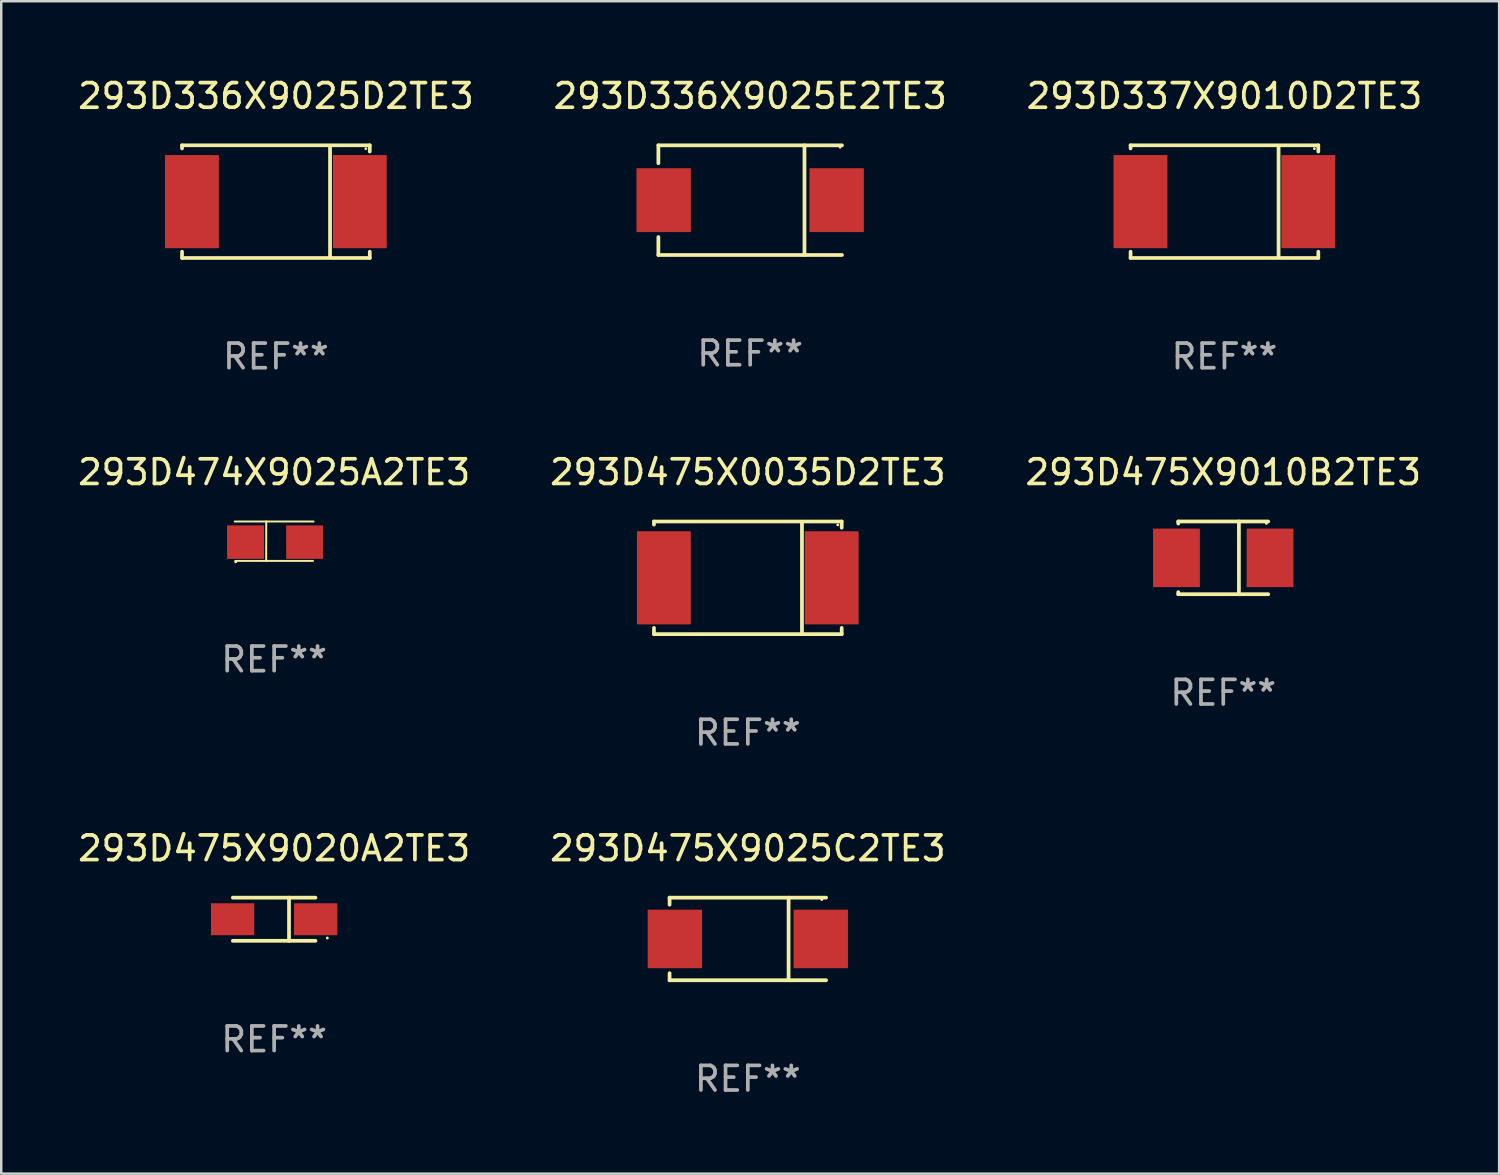
<source format=kicad_pcb>
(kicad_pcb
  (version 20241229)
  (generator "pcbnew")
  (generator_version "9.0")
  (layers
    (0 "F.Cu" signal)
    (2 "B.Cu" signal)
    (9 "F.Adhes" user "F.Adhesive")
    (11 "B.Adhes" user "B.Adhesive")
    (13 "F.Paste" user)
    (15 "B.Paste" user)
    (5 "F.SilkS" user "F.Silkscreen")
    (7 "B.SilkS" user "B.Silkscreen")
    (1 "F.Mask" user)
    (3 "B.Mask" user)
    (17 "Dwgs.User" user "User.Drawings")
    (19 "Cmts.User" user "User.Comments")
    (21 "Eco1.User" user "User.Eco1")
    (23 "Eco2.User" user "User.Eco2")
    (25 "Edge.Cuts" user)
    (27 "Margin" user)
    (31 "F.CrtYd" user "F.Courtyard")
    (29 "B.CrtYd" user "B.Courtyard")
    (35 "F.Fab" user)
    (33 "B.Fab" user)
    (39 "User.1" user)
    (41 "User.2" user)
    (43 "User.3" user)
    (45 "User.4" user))
  (footprint "293D475X9025C2TE3"
    (layer "F.Cu")
    (at 27.304 35.061)
    (property "Reference" "293D475X9025C2TE3" (at 0 -3.676 0) (layer "F.SilkS") (effects (font (size 1 1) (thickness 0.15))))
    (attr through_hole)
    (fp_line (start -3.176 -1.676) (end -3.176 -1.391) (stroke (width 0.152) (type solid)) (layer "F.SilkS"))
    (fp_line (start -3.176 -1.676) (end 3.176 -1.676) (stroke (width 0.152) (type solid)) (layer "F.SilkS"))
    (fp_line (start -3.176 1.676) (end -3.176 1.391) (stroke (width 0.152) (type solid)) (layer "F.SilkS"))
    (fp_line (start -3.176 1.676) (end 3.176 1.676) (stroke (width 0.152) (type solid)) (layer "F.SilkS"))
    (fp_line (start 1.654 -1.676) (end 1.654 1.676) (stroke (width 0.152) (type solid)) (layer "F.SilkS"))
    (fp_circle (center 3 -1.6) (end 3.03 -1.6) (stroke (width 0.06) (type solid)) (fill no) (layer "F.SilkS"))
    (fp_text user "REF**" (at 0 5.676 0) (layer "F.Fab") (effects (font (size 1 1) (thickness 0.15))))
    (pad "1" smd rect (at 2.961 0) (size 2.207 2.376) (layers "F.Cu" "F.Mask" "F.Paste"))
    (pad "2" smd rect (at -2.961 0) (size 2.207 2.376) (layers "F.Cu" "F.Mask" "F.Paste")))
  (footprint "293D474X9025A2TE3"
    (layer "F.Cu")
    (at 8.077 18.917)
    (property "Reference" "293D474X9025A2TE3" (at 0 -2.8 0) (layer "F.SilkS") (effects (font (size 1 1) (thickness 0.15))))
    (attr through_hole)
    (fp_line (start -1.6 -0.8) (end 1.6 -0.8) (stroke (width 0.08) (type solid)) (layer "F.SilkS"))
    (fp_line (start -1.575 0.8) (end 1.575 0.8) (stroke (width 0.08) (type solid)) (layer "F.SilkS"))
    (fp_line (start -0.323 0.8) (end -0.32 -0.8) (stroke (width 0.08) (type solid)) (layer "F.SilkS"))
    (fp_circle (center -1.561 0.838) (end -1.531 0.838) (stroke (width 0.06) (type solid)) (fill no) (layer "F.SilkS"))
    (fp_text user "REF**" (at 0 4.8 0) (layer "F.Fab") (effects (font (size 1 1) (thickness 0.15))))
    (pad "1" smd rect (at -1.161 0.038) (size 1.5 1.359) (layers "F.Cu" "F.Mask" "F.Paste"))
    (pad "2" smd rect (at 1.239 0.038) (size 1.5 1.359) (layers "F.Cu" "F.Mask" "F.Paste")))
  (footprint "293D336X9025D2TE3"
    (layer "F.Cu")
    (at 8.149 5.134)
    (property "Reference" "293D336X9025D2TE3" (at 0 -4.286 0) (layer "F.SilkS") (effects (font (size 1 1) (thickness 0.15))))
    (attr through_hole)
    (fp_line (start -3.81 -2.286) (end -3.81 -2.159) (stroke (width 0.15) (type solid)) (layer "F.SilkS"))
    (fp_line (start -3.81 2.032) (end -3.81 2.286) (stroke (width 0.15) (type solid)) (layer "F.SilkS"))
    (fp_line (start -3.81 2.286) (end 3.81 2.286) (stroke (width 0.15) (type solid)) (layer "F.SilkS"))
    (fp_line (start 2.197 -2.226) (end 2.197 2.226) (stroke (width 0.152) (type solid)) (layer "F.SilkS"))
    (fp_line (start 3.81 -2.286) (end -3.81 -2.286) (stroke (width 0.15) (type solid)) (layer "F.SilkS"))
    (fp_line (start 3.81 -2.032) (end 3.81 -2.286) (stroke (width 0.15) (type solid)) (layer "F.SilkS"))
    (fp_line (start 3.81 2.286) (end 3.81 2.032) (stroke (width 0.15) (type solid)) (layer "F.SilkS"))
    (fp_circle (center 3.65 -2.15) (end 3.68 -2.15) (stroke (width 0.06) (type solid)) (fill no) (layer "F.SilkS"))
    (fp_text user "REF**" (at 0 6.286 0) (layer "F.Fab") (effects (font (size 1 1) (thickness 0.15))))
    (pad "1" smd rect (at 3.404 0 180) (size 2.185 3.78) (layers "F.Cu" "F.Mask" "F.Paste"))
    (pad "2" smd rect (at -3.409 0 180) (size 2.185 3.78) (layers "F.Cu" "F.Mask" "F.Paste")))
  (footprint "293D475X0035D2TE3"
    (layer "F.Cu")
    (at 27.304 20.403)
    (property "Reference" "293D475X0035D2TE3" (at 0 -4.286 0) (layer "F.SilkS") (effects (font (size 1 1) (thickness 0.15))))
    (attr through_hole)
    (fp_line (start -3.81 -2.286) (end -3.81 -2.159) (stroke (width 0.15) (type solid)) (layer "F.SilkS"))
    (fp_line (start -3.81 2.032) (end -3.81 2.286) (stroke (width 0.15) (type solid)) (layer "F.SilkS"))
    (fp_line (start -3.81 2.286) (end 3.81 2.286) (stroke (width 0.15) (type solid)) (layer "F.SilkS"))
    (fp_line (start 2.197 -2.226) (end 2.197 2.226) (stroke (width 0.152) (type solid)) (layer "F.SilkS"))
    (fp_line (start 3.81 -2.286) (end -3.81 -2.286) (stroke (width 0.15) (type solid)) (layer "F.SilkS"))
    (fp_line (start 3.81 -2.032) (end 3.81 -2.286) (stroke (width 0.15) (type solid)) (layer "F.SilkS"))
    (fp_line (start 3.81 2.286) (end 3.81 2.032) (stroke (width 0.15) (type solid)) (layer "F.SilkS"))
    (fp_circle (center 3.65 -2.15) (end 3.68 -2.15) (stroke (width 0.06) (type solid)) (fill no) (layer "F.SilkS"))
    (fp_text user "REF**" (at 0 6.286 0) (layer "F.Fab") (effects (font (size 1 1) (thickness 0.15))))
    (pad "1" smd rect (at 3.404 0 180) (size 2.185 3.78) (layers "F.Cu" "F.Mask" "F.Paste"))
    (pad "2" smd rect (at -3.409 0 180) (size 2.185 3.78) (layers "F.Cu" "F.Mask" "F.Paste")))
  (footprint "293D475X9010B2TE3"
    (layer "F.Cu")
    (at 46.601 19.593)
    (property "Reference" "293D475X9010B2TE3" (at 0 -3.476 0) (layer "F.SilkS") (effects (font (size 1 1) (thickness 0.15))))
    (attr through_hole)
    (fp_line (start -1.826 -1.476) (end -1.826 -1.391) (stroke (width 0.152) (type solid)) (layer "F.SilkS"))
    (fp_line (start -1.826 -1.476) (end 1.826 -1.476) (stroke (width 0.152) (type solid)) (layer "F.SilkS"))
    (fp_line (start -1.826 1.476) (end -1.826 1.391) (stroke (width 0.152) (type solid)) (layer "F.SilkS"))
    (fp_line (start -1.826 1.476) (end 1.826 1.476) (stroke (width 0.152) (type solid)) (layer "F.SilkS"))
    (fp_line (start 0.635 -1.476) (end 0.635 1.476) (stroke (width 0.152) (type solid)) (layer "F.SilkS"))
    (fp_circle (center 1.75 -1.4) (end 1.78 -1.4) (stroke (width 0.06) (type solid)) (fill no) (layer "F.SilkS"))
    (fp_text user "REF**" (at 0 5.476 0) (layer "F.Fab") (effects (font (size 1 1) (thickness 0.15))))
    (pad "1" smd rect (at 1.899 0) (size 1.9 2.376) (layers "F.Cu" "F.Mask" "F.Paste"))
    (pad "2" smd rect (at -1.899 0) (size 1.9 2.376) (layers "F.Cu" "F.Mask" "F.Paste")))
  (footprint "293D336X9025E2TE3"
    (layer "F.Cu")
    (at 27.399 5.074)
    (property "Reference" "293D336X9025E2TE3" (at 0 -4.226 0) (layer "F.SilkS") (effects (font (size 1 1) (thickness 0.15))))
    (attr through_hole)
    (fp_line (start -3.726 -2.226) (end -3.726 -1.499) (stroke (width 0.152) (type solid)) (layer "F.SilkS"))
    (fp_line (start -3.726 -2.226) (end 3.726 -2.226) (stroke (width 0.152) (type solid)) (layer "F.SilkS"))
    (fp_line (start -3.726 2.226) (end -3.726 1.499) (stroke (width 0.152) (type solid)) (layer "F.SilkS"))
    (fp_line (start -3.726 2.226) (end 3.726 2.226) (stroke (width 0.152) (type solid)) (layer "F.SilkS"))
    (fp_line (start 2.204 -2.226) (end 2.204 2.226) (stroke (width 0.152) (type solid)) (layer "F.SilkS"))
    (fp_circle (center 3.65 -2.15) (end 3.68 -2.15) (stroke (width 0.06) (type solid)) (fill no) (layer "F.SilkS"))
    (fp_text user "REF**" (at 0 6.226 0) (layer "F.Fab") (effects (font (size 1 1) (thickness 0.15))))
    (pad "1" smd rect (at 3.511 0) (size 2.207 2.592) (layers "F.Cu" "F.Mask" "F.Paste"))
    (pad "2" smd rect (at -3.511 0) (size 2.207 2.592) (layers "F.Cu" "F.Mask" "F.Paste")))
  (footprint "293D337X9010D2TE3"
    (layer "F.Cu")
    (at 46.649 5.134)
    (property "Reference" "293D337X9010D2TE3" (at 0 -4.286 0) (layer "F.SilkS") (effects (font (size 1 1) (thickness 0.15))))
    (attr through_hole)
    (fp_line (start -3.81 -2.286) (end -3.81 -2.159) (stroke (width 0.15) (type solid)) (layer "F.SilkS"))
    (fp_line (start -3.81 2.032) (end -3.81 2.286) (stroke (width 0.15) (type solid)) (layer "F.SilkS"))
    (fp_line (start -3.81 2.286) (end 3.81 2.286) (stroke (width 0.15) (type solid)) (layer "F.SilkS"))
    (fp_line (start 2.197 -2.226) (end 2.197 2.226) (stroke (width 0.152) (type solid)) (layer "F.SilkS"))
    (fp_line (start 3.81 -2.286) (end -3.81 -2.286) (stroke (width 0.15) (type solid)) (layer "F.SilkS"))
    (fp_line (start 3.81 -2.032) (end 3.81 -2.286) (stroke (width 0.15) (type solid)) (layer "F.SilkS"))
    (fp_line (start 3.81 2.286) (end 3.81 2.032) (stroke (width 0.15) (type solid)) (layer "F.SilkS"))
    (fp_circle (center 3.65 -2.15) (end 3.68 -2.15) (stroke (width 0.06) (type solid)) (fill no) (layer "F.SilkS"))
    (fp_text user "REF**" (at 0 6.286 0) (layer "F.Fab") (effects (font (size 1 1) (thickness 0.15))))
    (pad "1" smd rect (at 3.404 0 180) (size 2.185 3.78) (layers "F.Cu" "F.Mask" "F.Paste"))
    (pad "2" smd rect (at -3.409 0 180) (size 2.185 3.78) (layers "F.Cu" "F.Mask" "F.Paste")))
  (footprint "293D475X9020A2TE3"
    (layer "F.Cu")
    (at 8.077 34.261)
    (property "Reference" "293D475X9020A2TE3" (at 0 -2.876 0) (layer "F.SilkS") (effects (font (size 1 1) (thickness 0.15))))
    (attr through_hole)
    (fp_line (start -1.676 -0.876) (end 1.676 -0.876) (stroke (width 0.152) (type solid)) (layer "F.SilkS"))
    (fp_line (start -1.676 0.876) (end 1.676 0.876) (stroke (width 0.152) (type solid)) (layer "F.SilkS"))
    (fp_line (start 0.604 -0.876) (end 0.604 0.876) (stroke (width 0.152) (type solid)) (layer "F.SilkS"))
    (fp_circle (center 2.159 0.762) (end 2.189 0.762) (stroke (width 0.06) (type solid)) (fill no) (layer "F.SilkS"))
    (fp_text user "REF**" (at 0 4.876 0) (layer "F.Fab") (effects (font (size 1 1) (thickness 0.15))))
    (pad "1" smd rect (at 1.686 0) (size 1.758 1.296) (layers "F.Cu" "F.Mask" "F.Paste"))
    (pad "2" smd rect (at -1.686 0) (size 1.758 1.296) (layers "F.Cu" "F.Mask" "F.Paste")))
  (gr_rect
    (start -3 -3)
    (end 57.798 44.586)
    (stroke (width 0.1) (type default))
    (fill no)
    (layer "Edge.Cuts")))
</source>
